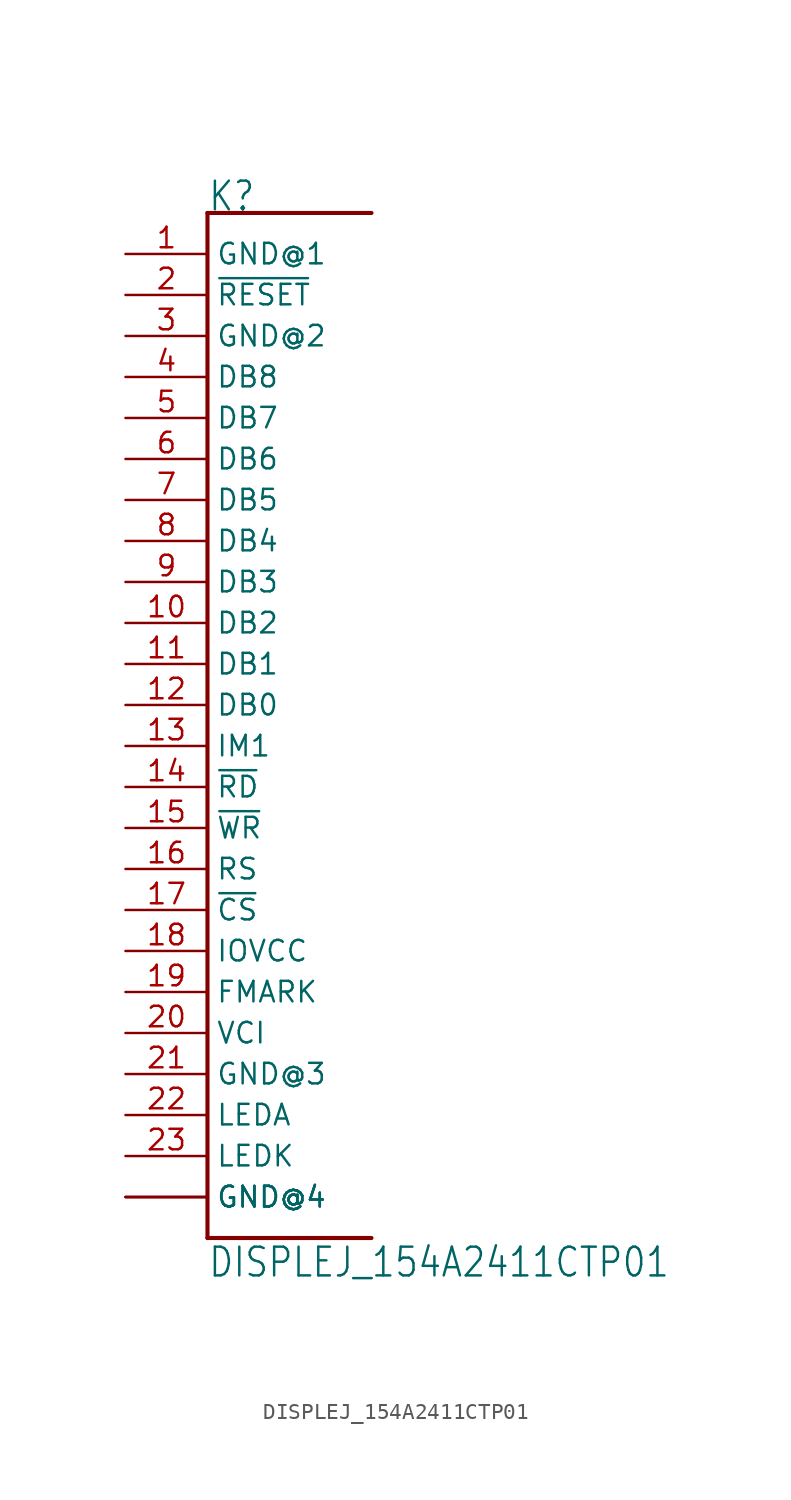
<source format=kicad_sym>
(kicad_symbol_lib
  (version 20201005)
  (generator kicad_symbol_editor)
  (symbol "DISPLEJ_154A2411CTP01"
    (property "Reference" "K"
      (at 0 33.02 0)
      (effects (font (size 1.778 1.511)) (justify left bottom)))
    (property "Value" "DISPLEJ_154A2411CTP01"
      (at 0 -33.02 0)
      (effects (font (size 1.778 1.511)) (justify left bottom)))
    (property "ki_locked" ""
      (at 0 0 0)
      (effects (font (size 1.27 1.27))))
    (symbol "DISPLEJ_154A2411CTP01_1_0"
      (polyline (pts (xy 10.16 33.02) (xy 0 33.02)) (stroke (width 0.254)) (fill (type none)))
      (polyline (pts (xy 0 33.02) (xy 0 -30.48)) (stroke (width 0.254)) (fill (type none)))
      (polyline (pts (xy 0 -30.48) (xy 10.16 -30.48)) (stroke (width 0.254)) (fill (type none)))
      (pin bidirectional line (at -5.08 22.86 0) (length 5.08) (name "DB8" (effects (font (size 1.27 1.27)))) (number "4" (effects (font (size 1.27 1.27)))))
      (pin passive line (at -5.08 -22.86 0) (length 5.08) (name "LEDA" (effects (font (size 1.27 1.27)))) (number "22" (effects (font (size 1.27 1.27)))))
      (pin power_in line (at -5.08 -12.7 0) (length 5.08) (name "IOVCC" (effects (font (size 1.27 1.27)))) (number "18" (effects (font (size 1.27 1.27)))))
      (pin passive line (at -5.08 -25.4 0) (length 5.08) (name "LEDK" (effects (font (size 1.27 1.27)))) (number "23" (effects (font (size 1.27 1.27)))))
      (pin bidirectional line (at -5.08 0 0) (length 5.08) (name "IM1" (effects (font (size 1.27 1.27)))) (number "13" (effects (font (size 1.27 1.27)))))
      (pin bidirectional line (at -5.08 20.32 0) (length 5.08) (name "DB7" (effects (font (size 1.27 1.27)))) (number "5" (effects (font (size 1.27 1.27)))))
      (pin bidirectional line (at -5.08 17.78 0) (length 5.08) (name "DB6" (effects (font (size 1.27 1.27)))) (number "6" (effects (font (size 1.27 1.27)))))
      (pin bidirectional line (at -5.08 15.24 0) (length 5.08) (name "DB5" (effects (font (size 1.27 1.27)))) (number "7" (effects (font (size 1.27 1.27)))))
      (pin bidirectional line (at -5.08 12.7 0) (length 5.08) (name "DB4" (effects (font (size 1.27 1.27)))) (number "8" (effects (font (size 1.27 1.27)))))
      (pin bidirectional line (at -5.08 10.16 0) (length 5.08) (name "DB3" (effects (font (size 1.27 1.27)))) (number "9" (effects (font (size 1.27 1.27)))))
      (pin bidirectional line (at -5.08 7.62 0) (length 5.08) (name "DB2" (effects (font (size 1.27 1.27)))) (number "10" (effects (font (size 1.27 1.27)))))
      (pin bidirectional line (at -5.08 5.08 0) (length 5.08) (name "DB1" (effects (font (size 1.27 1.27)))) (number "11" (effects (font (size 1.27 1.27)))))
      (pin bidirectional line (at -5.08 2.54 0) (length 5.08) (name "DB0" (effects (font (size 1.27 1.27)))) (number "12" (effects (font (size 1.27 1.27)))))
      (pin bidirectional line (at -5.08 -2.54 0) (length 5.08) (name "~RD" (effects (font (size 1.27 1.27)))) (number "14" (effects (font (size 1.27 1.27)))))
      (pin bidirectional line (at -5.08 -5.08 0) (length 5.08) (name "~WR" (effects (font (size 1.27 1.27)))) (number "15" (effects (font (size 1.27 1.27)))))
      (pin bidirectional line (at -5.08 -7.62 0) (length 5.08) (name "RS" (effects (font (size 1.27 1.27)))) (number "16" (effects (font (size 1.27 1.27)))))
      (pin bidirectional line (at -5.08 -10.16 0) (length 5.08) (name "~CS" (effects (font (size 1.27 1.27)))) (number "17" (effects (font (size 1.27 1.27)))))
      (pin bidirectional line (at -5.08 -15.24 0) (length 5.08) (name "FMARK" (effects (font (size 1.27 1.27)))) (number "19" (effects (font (size 1.27 1.27)))))
      (pin power_in line (at -5.08 25.4 0) (length 5.08) (name "GND@2" (effects (font (size 1.27 1.27)))) (number "3" (effects (font (size 1.27 1.27)))))
      (pin bidirectional line (at -5.08 27.94 0) (length 5.08) (name "~RESET" (effects (font (size 1.27 1.27)))) (number "2" (effects (font (size 1.27 1.27)))))
      (pin passive line (at -5.08 -17.78 0) (length 5.08) (name "VCI" (effects (font (size 1.27 1.27)))) (number "20" (effects (font (size 1.27 1.27)))))
      (pin power_in line (at -5.08 -20.32 0) (length 5.08) (name "GND@3" (effects (font (size 1.27 1.27)))) (number "21" (effects (font (size 1.27 1.27)))))
      (pin power_in line (at -5.08 30.48 0) (length 5.08) (name "GND@1" (effects (font (size 1.27 1.27)))) (number "1" (effects (font (size 1.27 1.27)))))
      (pin power_in line (at -5.08 -27.94 0) (length 5.08) (name "GND@4" (effects (font (size 1.27 1.27)))) (number "24" (effects (font (size 0 0)))))
      (pin power_in line (at -5.08 -27.94 0) (length 5.08) (name "GND@4" (effects (font (size 1.27 1.27)))) (number "25" (effects (font (size 0 0)))))
      (pin power_in line (at -5.08 -27.94 0) (length 5.08) (name "GND@4" (effects (font (size 1.27 1.27)))) (number "26" (effects (font (size 0 0))))))))
</source>
